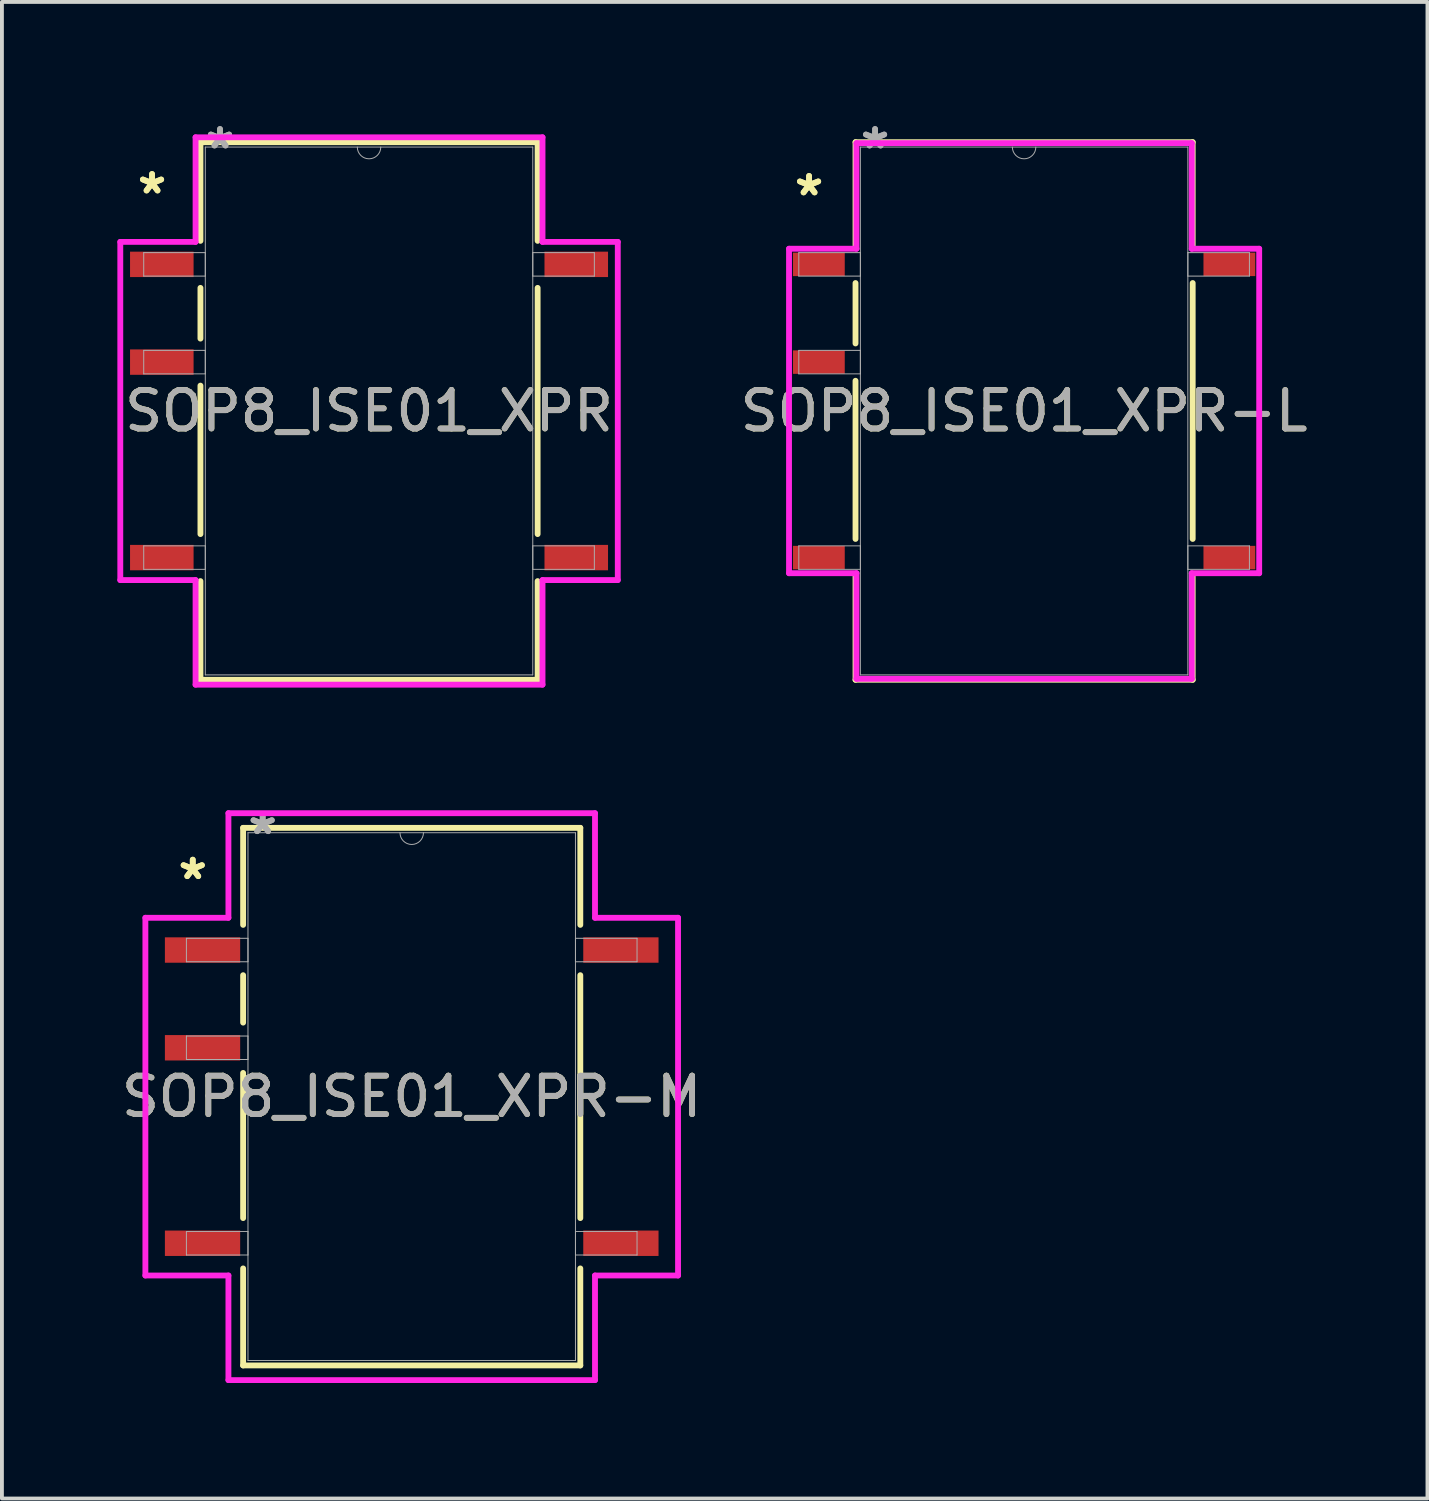
<source format=kicad_pcb>
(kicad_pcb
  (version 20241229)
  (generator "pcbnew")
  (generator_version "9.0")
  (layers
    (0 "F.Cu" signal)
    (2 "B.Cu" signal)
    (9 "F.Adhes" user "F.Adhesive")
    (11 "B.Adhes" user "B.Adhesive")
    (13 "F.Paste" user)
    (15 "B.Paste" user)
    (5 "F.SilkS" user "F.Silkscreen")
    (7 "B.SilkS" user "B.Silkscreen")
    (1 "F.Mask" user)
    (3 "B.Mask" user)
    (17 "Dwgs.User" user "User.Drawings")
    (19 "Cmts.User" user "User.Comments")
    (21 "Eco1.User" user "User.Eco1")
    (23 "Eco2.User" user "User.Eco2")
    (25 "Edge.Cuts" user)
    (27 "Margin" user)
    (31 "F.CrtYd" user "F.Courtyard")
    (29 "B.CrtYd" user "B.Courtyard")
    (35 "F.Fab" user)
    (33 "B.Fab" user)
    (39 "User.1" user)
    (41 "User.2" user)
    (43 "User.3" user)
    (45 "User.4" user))
  (footprint "SOP8_ISE01_XPR"
    (layer "F.Cu")
    (at 6.54 7.63)
    (property "Reference" "SOP8_ISE01_XPR" (at 0 0 0) (unlocked yes) (layer "F.SilkS") (effects (font (size 1 1) (thickness 0.15))))
    (attr smd)
    (fp_line (start -4.381 -6.985) (end -4.381 -4.421) (stroke (width 0.152) (type solid)) (layer "F.SilkS"))
    (fp_line (start -4.381 -3.199) (end -4.381 -1.881) (stroke (width 0.152) (type solid)) (layer "F.SilkS"))
    (fp_line (start -4.381 -0.659) (end -4.381 3.199) (stroke (width 0.152) (type solid)) (layer "F.SilkS"))
    (fp_line (start -4.381 4.421) (end -4.381 6.985) (stroke (width 0.152) (type solid)) (layer "F.SilkS"))
    (fp_line (start -4.381 6.985) (end 4.381 6.985) (stroke (width 0.152) (type solid)) (layer "F.SilkS"))
    (fp_line (start 4.381 -6.985) (end -4.381 -6.985) (stroke (width 0.152) (type solid)) (layer "F.SilkS"))
    (fp_line (start 4.381 -4.421) (end 4.381 -6.985) (stroke (width 0.152) (type solid)) (layer "F.SilkS"))
    (fp_line (start 4.381 3.199) (end 4.381 -3.199) (stroke (width 0.152) (type solid)) (layer "F.SilkS"))
    (fp_line (start 4.381 6.985) (end 4.381 4.421) (stroke (width 0.152) (type solid)) (layer "F.SilkS"))
    (fp_line (start -6.464 -4.394) (end -4.508 -4.394) (stroke (width 0.152) (type solid)) (layer "F.CrtYd"))
    (fp_line (start -6.464 4.394) (end -6.464 -4.394) (stroke (width 0.152) (type solid)) (layer "F.CrtYd"))
    (fp_line (start -6.464 4.394) (end -4.508 4.394) (stroke (width 0.152) (type solid)) (layer "F.CrtYd"))
    (fp_line (start -4.508 -7.112) (end 4.508 -7.112) (stroke (width 0.152) (type solid)) (layer "F.CrtYd"))
    (fp_line (start -4.508 -4.394) (end -4.508 -7.112) (stroke (width 0.152) (type solid)) (layer "F.CrtYd"))
    (fp_line (start -4.508 7.112) (end -4.508 4.394) (stroke (width 0.152) (type solid)) (layer "F.CrtYd"))
    (fp_line (start 4.508 -7.112) (end 4.508 -4.394) (stroke (width 0.152) (type solid)) (layer "F.CrtYd"))
    (fp_line (start 4.508 4.394) (end 4.508 7.112) (stroke (width 0.152) (type solid)) (layer "F.CrtYd"))
    (fp_line (start 4.508 7.112) (end -4.508 7.112) (stroke (width 0.152) (type solid)) (layer "F.CrtYd"))
    (fp_line (start 6.464 -4.394) (end 4.508 -4.394) (stroke (width 0.152) (type solid)) (layer "F.CrtYd"))
    (fp_line (start 6.464 -4.394) (end 6.464 4.394) (stroke (width 0.152) (type solid)) (layer "F.CrtYd"))
    (fp_line (start 6.464 4.394) (end 4.508 4.394) (stroke (width 0.152) (type solid)) (layer "F.CrtYd"))
    (fp_line (start -5.855 -4.115) (end -5.855 -3.505) (stroke (width 0.025) (type solid)) (layer "F.Fab"))
    (fp_line (start -5.855 -3.505) (end -4.255 -3.505) (stroke (width 0.025) (type solid)) (layer "F.Fab"))
    (fp_line (start -5.855 -1.575) (end -5.855 -0.965) (stroke (width 0.025) (type solid)) (layer "F.Fab"))
    (fp_line (start -5.855 -0.965) (end -4.255 -0.965) (stroke (width 0.025) (type solid)) (layer "F.Fab"))
    (fp_line (start -5.855 3.505) (end -5.855 4.115) (stroke (width 0.025) (type solid)) (layer "F.Fab"))
    (fp_line (start -5.855 4.115) (end -4.255 4.115) (stroke (width 0.025) (type solid)) (layer "F.Fab"))
    (fp_line (start -4.255 -6.858) (end -4.255 6.858) (stroke (width 0.025) (type solid)) (layer "F.Fab"))
    (fp_line (start -4.255 -4.115) (end -5.855 -4.115) (stroke (width 0.025) (type solid)) (layer "F.Fab"))
    (fp_line (start -4.255 -3.505) (end -4.255 -4.115) (stroke (width 0.025) (type solid)) (layer "F.Fab"))
    (fp_line (start -4.255 -1.575) (end -5.855 -1.575) (stroke (width 0.025) (type solid)) (layer "F.Fab"))
    (fp_line (start -4.255 -0.965) (end -4.255 -1.575) (stroke (width 0.025) (type solid)) (layer "F.Fab"))
    (fp_line (start -4.255 3.505) (end -5.855 3.505) (stroke (width 0.025) (type solid)) (layer "F.Fab"))
    (fp_line (start -4.255 4.115) (end -4.255 3.505) (stroke (width 0.025) (type solid)) (layer "F.Fab"))
    (fp_line (start -4.255 6.858) (end 4.255 6.858) (stroke (width 0.025) (type solid)) (layer "F.Fab"))
    (fp_line (start 4.255 -6.858) (end -4.255 -6.858) (stroke (width 0.025) (type solid)) (layer "F.Fab"))
    (fp_line (start 4.255 -4.115) (end 4.255 -3.505) (stroke (width 0.025) (type solid)) (layer "F.Fab"))
    (fp_line (start 4.255 -3.505) (end 5.855 -3.505) (stroke (width 0.025) (type solid)) (layer "F.Fab"))
    (fp_line (start 4.255 3.505) (end 4.255 4.115) (stroke (width 0.025) (type solid)) (layer "F.Fab"))
    (fp_line (start 4.255 4.115) (end 5.855 4.115) (stroke (width 0.025) (type solid)) (layer "F.Fab"))
    (fp_line (start 4.255 6.858) (end 4.255 -6.858) (stroke (width 0.025) (type solid)) (layer "F.Fab"))
    (fp_line (start 5.855 -4.115) (end 4.255 -4.115) (stroke (width 0.025) (type solid)) (layer "F.Fab"))
    (fp_line (start 5.855 -3.505) (end 5.855 -4.115) (stroke (width 0.025) (type solid)) (layer "F.Fab"))
    (fp_line (start 5.855 3.505) (end 4.255 3.505) (stroke (width 0.025) (type solid)) (layer "F.Fab"))
    (fp_line (start 5.855 4.115) (end 5.855 3.505) (stroke (width 0.025) (type solid)) (layer "F.Fab"))
    (fp_arc (start 0.3048 -6.858) (mid 0 -6.5532) (end -0.3048 -6.858) (stroke (width 0.0254) (type solid)) (layer "F.Fab"))
    (fp_text user "*" (at -5.639 -5.613 0) (layer "F.SilkS") (effects (font (size 1 1) (thickness 0.15))))
    (fp_text user "*" (at -5.639 -5.613 0) (unlocked yes) (layer "F.SilkS") (effects (font (size 1 1) (thickness 0.15))))
    (fp_text user "*" (at -3.873 -6.782 0) (layer "F.Fab") (effects (font (size 1 1) (thickness 0.15))))
    (fp_text user "*" (at -3.873 -6.782 0) (unlocked yes) (layer "F.Fab") (effects (font (size 1 1) (thickness 0.15))))
    (fp_text user "${REFERENCE}" (at 0 0 0) (unlocked yes) (layer "F.Fab") (effects (font (size 1 1) (thickness 0.15))))
    (pad "1" smd rect (at -5.385 -3.81) (size 1.651 0.66) (layers "F.Cu" "F.Mask" "F.Paste"))
    (pad "2" smd rect (at -5.385 -1.27) (size 1.651 0.66) (layers "F.Cu" "F.Mask" "F.Paste"))
    (pad "4" smd rect (at -5.385 3.81) (size 1.651 0.66) (layers "F.Cu" "F.Mask" "F.Paste"))
    (pad "5" smd rect (at 5.385 3.81) (size 1.651 0.66) (layers "F.Cu" "F.Mask" "F.Paste"))
    (pad "8" smd rect (at 5.385 -3.81) (size 1.651 0.66) (layers "F.Cu" "F.Mask" "F.Paste")))
  (footprint "SOP8_ISE01_XPR-L"
    (layer "F.Cu")
    (at 23.563 7.63)
    (property "Reference" "SOP8_ISE01_XPR-L" (at 0 0 0) (unlocked yes) (layer "F.SilkS") (effects (font (size 1 1) (thickness 0.15))))
    (attr smd)
    (fp_line (start -4.381 -6.985) (end -4.381 -4.295) (stroke (width 0.152) (type solid)) (layer "F.SilkS"))
    (fp_line (start -4.381 -3.325) (end -4.381 -1.755) (stroke (width 0.152) (type solid)) (layer "F.SilkS"))
    (fp_line (start -4.381 -0.785) (end -4.381 3.325) (stroke (width 0.152) (type solid)) (layer "F.SilkS"))
    (fp_line (start -4.381 4.295) (end -4.381 6.985) (stroke (width 0.152) (type solid)) (layer "F.SilkS"))
    (fp_line (start -4.381 6.985) (end 4.381 6.985) (stroke (width 0.152) (type solid)) (layer "F.SilkS"))
    (fp_line (start 4.381 -6.985) (end -4.381 -6.985) (stroke (width 0.152) (type solid)) (layer "F.SilkS"))
    (fp_line (start 4.381 -4.295) (end 4.381 -6.985) (stroke (width 0.152) (type solid)) (layer "F.SilkS"))
    (fp_line (start 4.381 3.325) (end 4.381 -3.325) (stroke (width 0.152) (type solid)) (layer "F.SilkS"))
    (fp_line (start 4.381 6.985) (end 4.381 4.295) (stroke (width 0.152) (type solid)) (layer "F.SilkS"))
    (fp_line (start -6.109 -4.216) (end -4.356 -4.216) (stroke (width 0.152) (type solid)) (layer "F.CrtYd"))
    (fp_line (start -6.109 4.216) (end -6.109 -4.216) (stroke (width 0.152) (type solid)) (layer "F.CrtYd"))
    (fp_line (start -6.109 4.216) (end -4.356 4.216) (stroke (width 0.152) (type solid)) (layer "F.CrtYd"))
    (fp_line (start -4.356 -6.96) (end 4.356 -6.96) (stroke (width 0.152) (type solid)) (layer "F.CrtYd"))
    (fp_line (start -4.356 -4.216) (end -4.356 -6.96) (stroke (width 0.152) (type solid)) (layer "F.CrtYd"))
    (fp_line (start -4.356 6.96) (end -4.356 4.216) (stroke (width 0.152) (type solid)) (layer "F.CrtYd"))
    (fp_line (start 4.356 -6.96) (end 4.356 -4.216) (stroke (width 0.152) (type solid)) (layer "F.CrtYd"))
    (fp_line (start 4.356 4.216) (end 4.356 6.96) (stroke (width 0.152) (type solid)) (layer "F.CrtYd"))
    (fp_line (start 4.356 6.96) (end -4.356 6.96) (stroke (width 0.152) (type solid)) (layer "F.CrtYd"))
    (fp_line (start 6.109 -4.216) (end 4.356 -4.216) (stroke (width 0.152) (type solid)) (layer "F.CrtYd"))
    (fp_line (start 6.109 -4.216) (end 6.109 4.216) (stroke (width 0.152) (type solid)) (layer "F.CrtYd"))
    (fp_line (start 6.109 4.216) (end 4.356 4.216) (stroke (width 0.152) (type solid)) (layer "F.CrtYd"))
    (fp_line (start -5.855 -4.115) (end -5.855 -3.505) (stroke (width 0.025) (type solid)) (layer "F.Fab"))
    (fp_line (start -5.855 -3.505) (end -4.255 -3.505) (stroke (width 0.025) (type solid)) (layer "F.Fab"))
    (fp_line (start -5.855 -1.575) (end -5.855 -0.965) (stroke (width 0.025) (type solid)) (layer "F.Fab"))
    (fp_line (start -5.855 -0.965) (end -4.255 -0.965) (stroke (width 0.025) (type solid)) (layer "F.Fab"))
    (fp_line (start -5.855 3.505) (end -5.855 4.115) (stroke (width 0.025) (type solid)) (layer "F.Fab"))
    (fp_line (start -5.855 4.115) (end -4.255 4.115) (stroke (width 0.025) (type solid)) (layer "F.Fab"))
    (fp_line (start -4.255 -6.858) (end -4.255 6.858) (stroke (width 0.025) (type solid)) (layer "F.Fab"))
    (fp_line (start -4.255 -4.115) (end -5.855 -4.115) (stroke (width 0.025) (type solid)) (layer "F.Fab"))
    (fp_line (start -4.255 -3.505) (end -4.255 -4.115) (stroke (width 0.025) (type solid)) (layer "F.Fab"))
    (fp_line (start -4.255 -1.575) (end -5.855 -1.575) (stroke (width 0.025) (type solid)) (layer "F.Fab"))
    (fp_line (start -4.255 -0.965) (end -4.255 -1.575) (stroke (width 0.025) (type solid)) (layer "F.Fab"))
    (fp_line (start -4.255 3.505) (end -5.855 3.505) (stroke (width 0.025) (type solid)) (layer "F.Fab"))
    (fp_line (start -4.255 4.115) (end -4.255 3.505) (stroke (width 0.025) (type solid)) (layer "F.Fab"))
    (fp_line (start -4.255 6.858) (end 4.255 6.858) (stroke (width 0.025) (type solid)) (layer "F.Fab"))
    (fp_line (start 4.255 -6.858) (end -4.255 -6.858) (stroke (width 0.025) (type solid)) (layer "F.Fab"))
    (fp_line (start 4.255 -4.115) (end 4.255 -3.505) (stroke (width 0.025) (type solid)) (layer "F.Fab"))
    (fp_line (start 4.255 -3.505) (end 5.855 -3.505) (stroke (width 0.025) (type solid)) (layer "F.Fab"))
    (fp_line (start 4.255 3.505) (end 4.255 4.115) (stroke (width 0.025) (type solid)) (layer "F.Fab"))
    (fp_line (start 4.255 4.115) (end 5.855 4.115) (stroke (width 0.025) (type solid)) (layer "F.Fab"))
    (fp_line (start 4.255 6.858) (end 4.255 -6.858) (stroke (width 0.025) (type solid)) (layer "F.Fab"))
    (fp_line (start 5.855 -4.115) (end 4.255 -4.115) (stroke (width 0.025) (type solid)) (layer "F.Fab"))
    (fp_line (start 5.855 -3.505) (end 5.855 -4.115) (stroke (width 0.025) (type solid)) (layer "F.Fab"))
    (fp_line (start 5.855 3.505) (end 4.255 3.505) (stroke (width 0.025) (type solid)) (layer "F.Fab"))
    (fp_line (start 5.855 4.115) (end 5.855 3.505) (stroke (width 0.025) (type solid)) (layer "F.Fab"))
    (fp_arc (start 0.3048 -6.858) (mid 0 -6.5532) (end -0.3048 -6.858) (stroke (width 0.0254) (type solid)) (layer "F.Fab"))
    (fp_text user "*" (at -5.588 -5.563 0) (unlocked yes) (layer "F.SilkS") (effects (font (size 1 1) (thickness 0.15))))
    (fp_text user "*" (at -5.588 -5.563 0) (layer "F.SilkS") (effects (font (size 1 1) (thickness 0.15))))
    (fp_text user "*" (at -3.873 -6.782 0) (unlocked yes) (layer "F.Fab") (effects (font (size 1 1) (thickness 0.15))))
    (fp_text user "${REFERENCE}" (at 0 0 0) (unlocked yes) (layer "F.Fab") (effects (font (size 1 1) (thickness 0.15))))
    (fp_text user "*" (at -3.873 -6.782 0) (layer "F.Fab") (effects (font (size 1 1) (thickness 0.15))))
    (pad "1" smd rect (at -5.334 -3.81) (size 1.346 0.61) (layers "F.Cu" "F.Mask" "F.Paste"))
    (pad "2" smd rect (at -5.334 -1.27) (size 1.346 0.61) (layers "F.Cu" "F.Mask" "F.Paste"))
    (pad "4" smd rect (at -5.334 3.81) (size 1.346 0.61) (layers "F.Cu" "F.Mask" "F.Paste"))
    (pad "5" smd rect (at 5.334 3.81) (size 1.346 0.61) (layers "F.Cu" "F.Mask" "F.Paste"))
    (pad "8" smd rect (at 5.334 -3.81) (size 1.346 0.61) (layers "F.Cu" "F.Mask" "F.Paste")))
  (footprint "SOP8_ISE01_XPR-M"
    (layer "F.Cu")
    (at 7.649 25.448)
    (property "Reference" "SOP8_ISE01_XPR-M" (at 0 0 0) (unlocked yes) (layer "F.SilkS") (effects (font (size 1 1) (thickness 0.15))))
    (attr smd)
    (fp_line (start -4.381 -6.985) (end -4.381 -4.464) (stroke (width 0.152) (type solid)) (layer "F.SilkS"))
    (fp_line (start -4.381 -3.156) (end -4.381 -1.924) (stroke (width 0.152) (type solid)) (layer "F.SilkS"))
    (fp_line (start -4.381 -0.616) (end -4.381 3.156) (stroke (width 0.152) (type solid)) (layer "F.SilkS"))
    (fp_line (start -4.381 4.464) (end -4.381 6.985) (stroke (width 0.152) (type solid)) (layer "F.SilkS"))
    (fp_line (start -4.381 6.985) (end 4.381 6.985) (stroke (width 0.152) (type solid)) (layer "F.SilkS"))
    (fp_line (start 4.381 -6.985) (end -4.381 -6.985) (stroke (width 0.152) (type solid)) (layer "F.SilkS"))
    (fp_line (start 4.381 -4.464) (end 4.381 -6.985) (stroke (width 0.152) (type solid)) (layer "F.SilkS"))
    (fp_line (start 4.381 3.156) (end 4.381 -3.156) (stroke (width 0.152) (type solid)) (layer "F.SilkS"))
    (fp_line (start 4.381 6.985) (end 4.381 4.464) (stroke (width 0.152) (type solid)) (layer "F.SilkS"))
    (fp_line (start -6.921 -4.648) (end -4.763 -4.648) (stroke (width 0.152) (type solid)) (layer "F.CrtYd"))
    (fp_line (start -6.921 4.648) (end -6.921 -4.648) (stroke (width 0.152) (type solid)) (layer "F.CrtYd"))
    (fp_line (start -6.921 4.648) (end -4.763 4.648) (stroke (width 0.152) (type solid)) (layer "F.CrtYd"))
    (fp_line (start -4.763 -7.366) (end 4.763 -7.366) (stroke (width 0.152) (type solid)) (layer "F.CrtYd"))
    (fp_line (start -4.763 -4.648) (end -4.763 -7.366) (stroke (width 0.152) (type solid)) (layer "F.CrtYd"))
    (fp_line (start -4.763 7.366) (end -4.763 4.648) (stroke (width 0.152) (type solid)) (layer "F.CrtYd"))
    (fp_line (start 4.763 -7.366) (end 4.763 -4.648) (stroke (width 0.152) (type solid)) (layer "F.CrtYd"))
    (fp_line (start 4.763 4.648) (end 4.763 7.366) (stroke (width 0.152) (type solid)) (layer "F.CrtYd"))
    (fp_line (start 4.763 7.366) (end -4.763 7.366) (stroke (width 0.152) (type solid)) (layer "F.CrtYd"))
    (fp_line (start 6.921 -4.648) (end 4.763 -4.648) (stroke (width 0.152) (type solid)) (layer "F.CrtYd"))
    (fp_line (start 6.921 -4.648) (end 6.921 4.648) (stroke (width 0.152) (type solid)) (layer "F.CrtYd"))
    (fp_line (start 6.921 4.648) (end 4.763 4.648) (stroke (width 0.152) (type solid)) (layer "F.CrtYd"))
    (fp_line (start -5.855 -4.115) (end -5.855 -3.505) (stroke (width 0.025) (type solid)) (layer "F.Fab"))
    (fp_line (start -5.855 -3.505) (end -4.255 -3.505) (stroke (width 0.025) (type solid)) (layer "F.Fab"))
    (fp_line (start -5.855 -1.575) (end -5.855 -0.965) (stroke (width 0.025) (type solid)) (layer "F.Fab"))
    (fp_line (start -5.855 -0.965) (end -4.255 -0.965) (stroke (width 0.025) (type solid)) (layer "F.Fab"))
    (fp_line (start -5.855 3.505) (end -5.855 4.115) (stroke (width 0.025) (type solid)) (layer "F.Fab"))
    (fp_line (start -5.855 4.115) (end -4.255 4.115) (stroke (width 0.025) (type solid)) (layer "F.Fab"))
    (fp_line (start -4.255 -6.858) (end -4.255 6.858) (stroke (width 0.025) (type solid)) (layer "F.Fab"))
    (fp_line (start -4.255 -4.115) (end -5.855 -4.115) (stroke (width 0.025) (type solid)) (layer "F.Fab"))
    (fp_line (start -4.255 -3.505) (end -4.255 -4.115) (stroke (width 0.025) (type solid)) (layer "F.Fab"))
    (fp_line (start -4.255 -1.575) (end -5.855 -1.575) (stroke (width 0.025) (type solid)) (layer "F.Fab"))
    (fp_line (start -4.255 -0.965) (end -4.255 -1.575) (stroke (width 0.025) (type solid)) (layer "F.Fab"))
    (fp_line (start -4.255 3.505) (end -5.855 3.505) (stroke (width 0.025) (type solid)) (layer "F.Fab"))
    (fp_line (start -4.255 4.115) (end -4.255 3.505) (stroke (width 0.025) (type solid)) (layer "F.Fab"))
    (fp_line (start -4.255 6.858) (end 4.255 6.858) (stroke (width 0.025) (type solid)) (layer "F.Fab"))
    (fp_line (start 4.255 -6.858) (end -4.255 -6.858) (stroke (width 0.025) (type solid)) (layer "F.Fab"))
    (fp_line (start 4.255 -4.115) (end 4.255 -3.505) (stroke (width 0.025) (type solid)) (layer "F.Fab"))
    (fp_line (start 4.255 -3.505) (end 5.855 -3.505) (stroke (width 0.025) (type solid)) (layer "F.Fab"))
    (fp_line (start 4.255 3.505) (end 4.255 4.115) (stroke (width 0.025) (type solid)) (layer "F.Fab"))
    (fp_line (start 4.255 4.115) (end 5.855 4.115) (stroke (width 0.025) (type solid)) (layer "F.Fab"))
    (fp_line (start 4.255 6.858) (end 4.255 -6.858) (stroke (width 0.025) (type solid)) (layer "F.Fab"))
    (fp_line (start 5.855 -4.115) (end 4.255 -4.115) (stroke (width 0.025) (type solid)) (layer "F.Fab"))
    (fp_line (start 5.855 -3.505) (end 5.855 -4.115) (stroke (width 0.025) (type solid)) (layer "F.Fab"))
    (fp_line (start 5.855 3.505) (end 4.255 3.505) (stroke (width 0.025) (type solid)) (layer "F.Fab"))
    (fp_line (start 5.855 4.115) (end 5.855 3.505) (stroke (width 0.025) (type solid)) (layer "F.Fab"))
    (fp_arc (start 0.3048 -6.858) (mid 0 -6.5532) (end -0.3048 -6.858) (stroke (width 0.0254) (type solid)) (layer "F.Fab"))
    (fp_text user "*" (at -5.69 -5.613 0) (unlocked yes) (layer "F.SilkS") (effects (font (size 1 1) (thickness 0.15))))
    (fp_text user "*" (at -5.69 -5.613 0) (layer "F.SilkS") (effects (font (size 1 1) (thickness 0.15))))
    (fp_text user "*" (at -3.873 -6.782 0) (unlocked yes) (layer "F.Fab") (effects (font (size 1 1) (thickness 0.15))))
    (fp_text user "*" (at -3.873 -6.782 0) (layer "F.Fab") (effects (font (size 1 1) (thickness 0.15))))
    (fp_text user "${REFERENCE}" (at 0 0 0) (unlocked yes) (layer "F.Fab") (effects (font (size 1 1) (thickness 0.15))))
    (pad "1" smd rect (at -5.436 -3.81) (size 1.956 0.66) (layers "F.Cu" "F.Mask" "F.Paste"))
    (pad "2" smd rect (at -5.436 -1.27) (size 1.956 0.66) (layers "F.Cu" "F.Mask" "F.Paste"))
    (pad "4" smd rect (at -5.436 3.81) (size 1.956 0.66) (layers "F.Cu" "F.Mask" "F.Paste"))
    (pad "5" smd rect (at 5.436 3.81) (size 1.956 0.66) (layers "F.Cu" "F.Mask" "F.Paste"))
    (pad "8" smd rect (at 5.436 -3.81) (size 1.956 0.66) (layers "F.Cu" "F.Mask" "F.Paste")))
  (gr_rect
    (start -3 -3)
    (end 34.045 35.891)
    (stroke (width 0.1) (type default))
    (fill no)
    (layer "Edge.Cuts")))
</source>
